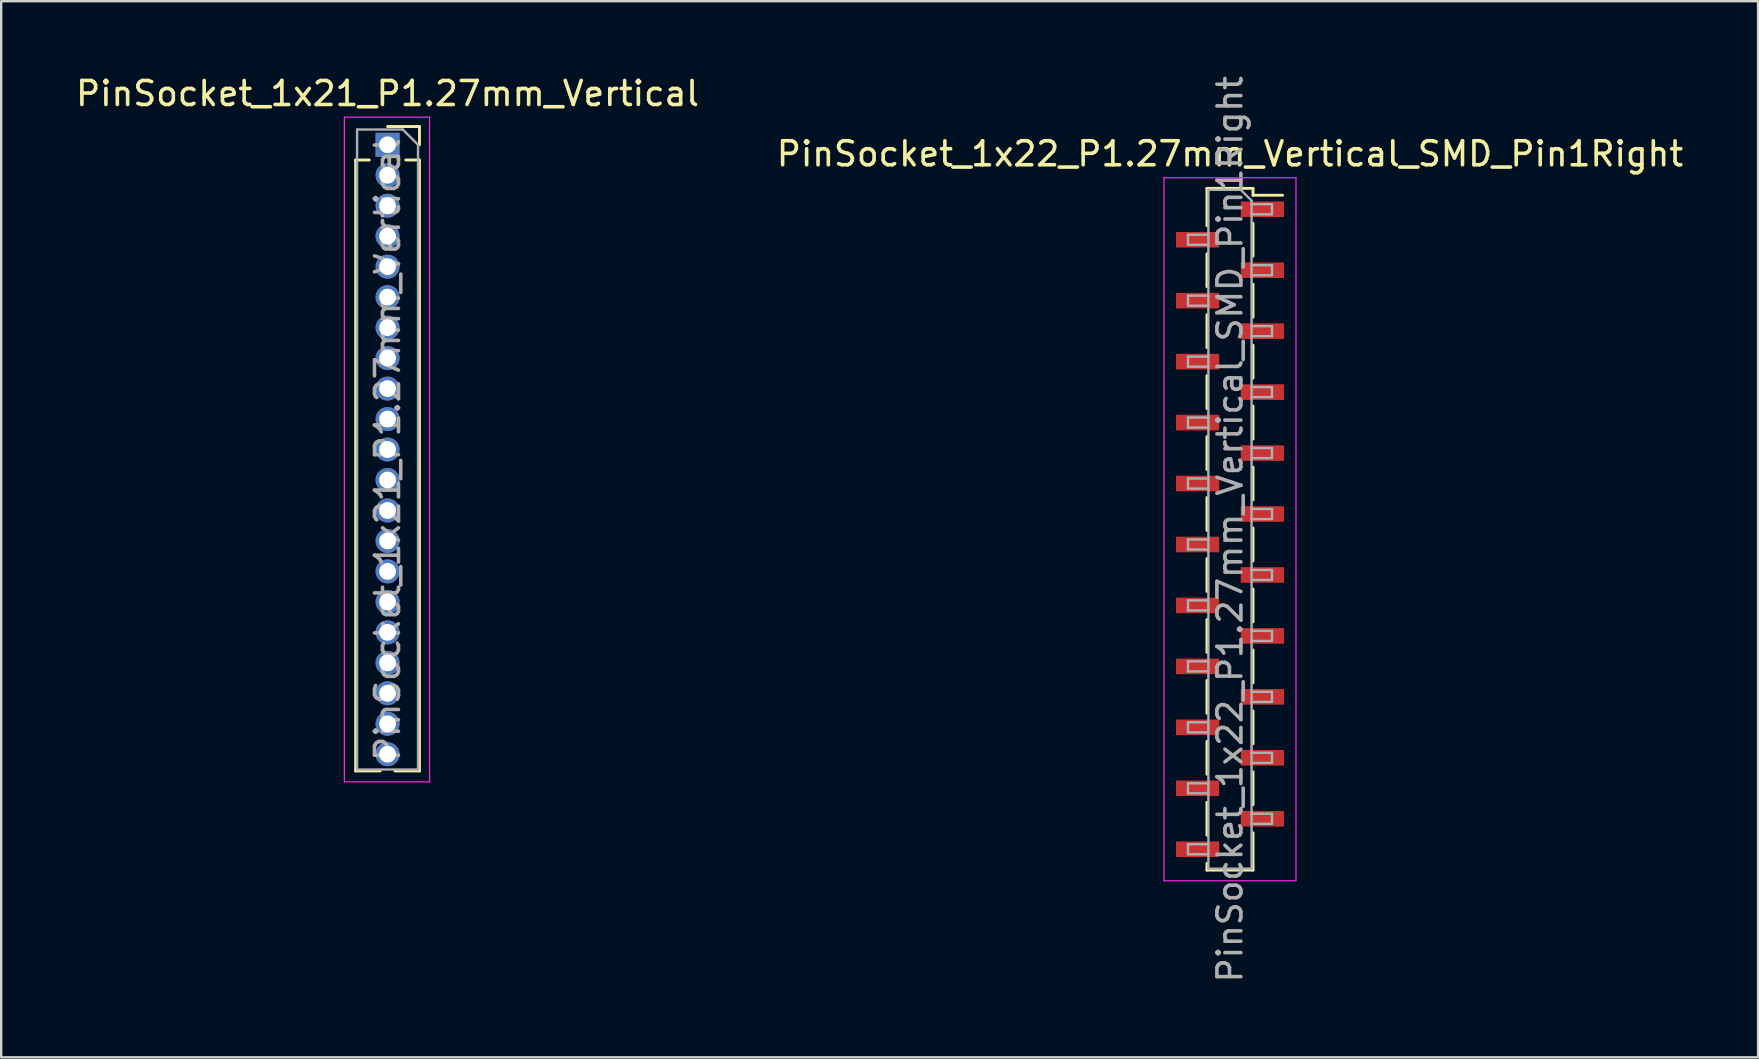
<source format=kicad_pcb>
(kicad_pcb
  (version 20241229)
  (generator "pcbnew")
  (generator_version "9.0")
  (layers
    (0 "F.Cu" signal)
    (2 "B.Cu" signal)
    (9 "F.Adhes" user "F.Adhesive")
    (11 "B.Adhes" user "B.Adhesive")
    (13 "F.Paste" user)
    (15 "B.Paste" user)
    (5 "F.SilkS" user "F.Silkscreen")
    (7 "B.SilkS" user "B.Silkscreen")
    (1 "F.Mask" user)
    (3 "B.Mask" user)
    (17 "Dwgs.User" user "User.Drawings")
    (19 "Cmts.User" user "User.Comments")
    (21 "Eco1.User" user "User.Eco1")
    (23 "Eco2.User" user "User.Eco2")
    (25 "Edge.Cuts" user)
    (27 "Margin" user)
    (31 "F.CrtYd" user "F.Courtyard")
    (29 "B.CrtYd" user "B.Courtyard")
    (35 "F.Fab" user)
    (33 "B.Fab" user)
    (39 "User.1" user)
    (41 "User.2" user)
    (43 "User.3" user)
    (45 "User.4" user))
  (footprint "PinSocket_1x21_P1.27mm_Vertical"
    (layer "F.Cu")
    (at 13.101 2.983)
    (property "Reference" "PinSocket_1x21_P1.27mm_Vertical" (at 0 -2.135 0) (layer "F.SilkS") (effects (font (size 1 1) (thickness 0.15))))
    (attr through_hole)
    (fp_line (start -1.33 0.635) (end -1.33 26.095) (stroke (width 0.12) (type solid)) (layer "F.SilkS"))
    (fp_line (start -1.33 0.635) (end -0.76 0.635) (stroke (width 0.12) (type solid)) (layer "F.SilkS"))
    (fp_line (start -1.33 26.095) (end -0.308 26.095) (stroke (width 0.12) (type solid)) (layer "F.SilkS"))
    (fp_line (start 0 -0.76) (end 1.33 -0.76) (stroke (width 0.12) (type solid)) (layer "F.SilkS"))
    (fp_line (start 0.308 26.095) (end 1.33 26.095) (stroke (width 0.12) (type solid)) (layer "F.SilkS"))
    (fp_line (start 0.76 0.635) (end 1.33 0.635) (stroke (width 0.12) (type solid)) (layer "F.SilkS"))
    (fp_line (start 1.33 -0.76) (end 1.33 0) (stroke (width 0.12) (type solid)) (layer "F.SilkS"))
    (fp_line (start 1.33 0.635) (end 1.33 26.095) (stroke (width 0.12) (type solid)) (layer "F.SilkS"))
    (fp_line (start -1.8 -1.15) (end 1.75 -1.15) (stroke (width 0.05) (type solid)) (layer "F.CrtYd"))
    (fp_line (start -1.8 26.55) (end -1.8 -1.15) (stroke (width 0.05) (type solid)) (layer "F.CrtYd"))
    (fp_line (start 1.75 -1.15) (end 1.75 26.55) (stroke (width 0.05) (type solid)) (layer "F.CrtYd"))
    (fp_line (start 1.75 26.55) (end -1.8 26.55) (stroke (width 0.05) (type solid)) (layer "F.CrtYd"))
    (fp_line (start -1.27 -0.635) (end 0.635 -0.635) (stroke (width 0.1) (type solid)) (layer "F.Fab"))
    (fp_line (start -1.27 26.035) (end -1.27 -0.635) (stroke (width 0.1) (type solid)) (layer "F.Fab"))
    (fp_line (start 0.635 -0.635) (end 1.27 0) (stroke (width 0.1) (type solid)) (layer "F.Fab"))
    (fp_line (start 1.27 0) (end 1.27 26.035) (stroke (width 0.1) (type solid)) (layer "F.Fab"))
    (fp_line (start 1.27 26.035) (end -1.27 26.035) (stroke (width 0.1) (type solid)) (layer "F.Fab"))
    (fp_text user "${REFERENCE}" (at 0 12.7 90) (layer "F.Fab") (effects (font (size 1 1) (thickness 0.15))))
    (pad "1" thru_hole rect (at 0 0) (size 1 1) (drill 0.7) (layers "*.Cu" "*.Mask"))
    (pad "2" thru_hole oval (at 0 1.27) (size 1 1) (drill 0.7) (layers "*.Cu" "*.Mask"))
    (pad "3" thru_hole oval (at 0 2.54) (size 1 1) (drill 0.7) (layers "*.Cu" "*.Mask"))
    (pad "4" thru_hole oval (at 0 3.81) (size 1 1) (drill 0.7) (layers "*.Cu" "*.Mask"))
    (pad "5" thru_hole oval (at 0 5.08) (size 1 1) (drill 0.7) (layers "*.Cu" "*.Mask"))
    (pad "6" thru_hole oval (at 0 6.35) (size 1 1) (drill 0.7) (layers "*.Cu" "*.Mask"))
    (pad "7" thru_hole oval (at 0 7.62) (size 1 1) (drill 0.7) (layers "*.Cu" "*.Mask"))
    (pad "8" thru_hole oval (at 0 8.89) (size 1 1) (drill 0.7) (layers "*.Cu" "*.Mask"))
    (pad "9" thru_hole oval (at 0 10.16) (size 1 1) (drill 0.7) (layers "*.Cu" "*.Mask"))
    (pad "10" thru_hole oval (at 0 11.43) (size 1 1) (drill 0.7) (layers "*.Cu" "*.Mask"))
    (pad "11" thru_hole oval (at 0 12.7) (size 1 1) (drill 0.7) (layers "*.Cu" "*.Mask"))
    (pad "12" thru_hole oval (at 0 13.97) (size 1 1) (drill 0.7) (layers "*.Cu" "*.Mask"))
    (pad "13" thru_hole oval (at 0 15.24) (size 1 1) (drill 0.7) (layers "*.Cu" "*.Mask"))
    (pad "14" thru_hole oval (at 0 16.51) (size 1 1) (drill 0.7) (layers "*.Cu" "*.Mask"))
    (pad "15" thru_hole oval (at 0 17.78) (size 1 1) (drill 0.7) (layers "*.Cu" "*.Mask"))
    (pad "16" thru_hole oval (at 0 19.05) (size 1 1) (drill 0.7) (layers "*.Cu" "*.Mask"))
    (pad "17" thru_hole oval (at 0 20.32) (size 1 1) (drill 0.7) (layers "*.Cu" "*.Mask"))
    (pad "18" thru_hole oval (at 0 21.59) (size 1 1) (drill 0.7) (layers "*.Cu" "*.Mask"))
    (pad "19" thru_hole oval (at 0 22.86) (size 1 1) (drill 0.7) (layers "*.Cu" "*.Mask"))
    (pad "20" thru_hole oval (at 0 24.13) (size 1 1) (drill 0.7) (layers "*.Cu" "*.Mask"))
    (pad "21" thru_hole oval (at 0 25.4) (size 1 1) (drill 0.7) (layers "*.Cu" "*.Mask")))
  (footprint "PinSocket_1x22_P1.27mm_Vertical_SMD_Pin1Right"
    (layer "F.Cu")
    (at 48.208 19.006)
    (property "Reference" "PinSocket_1x22_P1.27mm_Vertical_SMD_Pin1Right" (at 0 -15.645 0) (layer "F.SilkS") (effects (font (size 1 1) (thickness 0.15))))
    (attr smd)
    (fp_line (start -0.96 -14.205) (end -0.96 -12.65) (stroke (width 0.12) (type solid)) (layer "F.SilkS"))
    (fp_line (start -0.96 -14.205) (end 0.96 -14.205) (stroke (width 0.12) (type solid)) (layer "F.SilkS"))
    (fp_line (start -0.96 -11.48) (end -0.96 -10.11) (stroke (width 0.12) (type solid)) (layer "F.SilkS"))
    (fp_line (start -0.96 -8.94) (end -0.96 -7.57) (stroke (width 0.12) (type solid)) (layer "F.SilkS"))
    (fp_line (start -0.96 -6.4) (end -0.96 -5.03) (stroke (width 0.12) (type solid)) (layer "F.SilkS"))
    (fp_line (start -0.96 -3.86) (end -0.96 -2.49) (stroke (width 0.12) (type solid)) (layer "F.SilkS"))
    (fp_line (start -0.96 -1.32) (end -0.96 0.05) (stroke (width 0.12) (type solid)) (layer "F.SilkS"))
    (fp_line (start -0.96 1.22) (end -0.96 2.59) (stroke (width 0.12) (type solid)) (layer "F.SilkS"))
    (fp_line (start -0.96 3.76) (end -0.96 5.13) (stroke (width 0.12) (type solid)) (layer "F.SilkS"))
    (fp_line (start -0.96 6.3) (end -0.96 7.67) (stroke (width 0.12) (type solid)) (layer "F.SilkS"))
    (fp_line (start -0.96 8.84) (end -0.96 10.21) (stroke (width 0.12) (type solid)) (layer "F.SilkS"))
    (fp_line (start -0.96 11.38) (end -0.96 12.75) (stroke (width 0.12) (type solid)) (layer "F.SilkS"))
    (fp_line (start -0.96 13.92) (end -0.96 14.205) (stroke (width 0.12) (type solid)) (layer "F.SilkS"))
    (fp_line (start -0.96 14.205) (end 0.96 14.205) (stroke (width 0.12) (type solid)) (layer "F.SilkS"))
    (fp_line (start 0.96 -14.205) (end 0.96 -13.92) (stroke (width 0.12) (type solid)) (layer "F.SilkS"))
    (fp_line (start 0.96 -13.92) (end 2.19 -13.92) (stroke (width 0.12) (type solid)) (layer "F.SilkS"))
    (fp_line (start 0.96 -12.75) (end 0.96 -11.38) (stroke (width 0.12) (type solid)) (layer "F.SilkS"))
    (fp_line (start 0.96 -10.21) (end 0.96 -8.84) (stroke (width 0.12) (type solid)) (layer "F.SilkS"))
    (fp_line (start 0.96 -7.67) (end 0.96 -6.3) (stroke (width 0.12) (type solid)) (layer "F.SilkS"))
    (fp_line (start 0.96 -5.13) (end 0.96 -3.76) (stroke (width 0.12) (type solid)) (layer "F.SilkS"))
    (fp_line (start 0.96 -2.59) (end 0.96 -1.22) (stroke (width 0.12) (type solid)) (layer "F.SilkS"))
    (fp_line (start 0.96 -0.05) (end 0.96 1.32) (stroke (width 0.12) (type solid)) (layer "F.SilkS"))
    (fp_line (start 0.96 2.49) (end 0.96 3.86) (stroke (width 0.12) (type solid)) (layer "F.SilkS"))
    (fp_line (start 0.96 5.03) (end 0.96 6.4) (stroke (width 0.12) (type solid)) (layer "F.SilkS"))
    (fp_line (start 0.96 7.57) (end 0.96 8.94) (stroke (width 0.12) (type solid)) (layer "F.SilkS"))
    (fp_line (start 0.96 10.11) (end 0.96 11.48) (stroke (width 0.12) (type solid)) (layer "F.SilkS"))
    (fp_line (start 0.96 12.65) (end 0.96 14.205) (stroke (width 0.12) (type solid)) (layer "F.SilkS"))
    (fp_line (start -2.75 -14.65) (end 2.75 -14.65) (stroke (width 0.05) (type solid)) (layer "F.CrtYd"))
    (fp_line (start -2.75 14.65) (end -2.75 -14.65) (stroke (width 0.05) (type solid)) (layer "F.CrtYd"))
    (fp_line (start 2.75 -14.65) (end 2.75 14.65) (stroke (width 0.05) (type solid)) (layer "F.CrtYd"))
    (fp_line (start 2.75 14.65) (end -2.75 14.65) (stroke (width 0.05) (type solid)) (layer "F.CrtYd"))
    (fp_line (start -1.75 -12.275) (end -0.9 -12.275) (stroke (width 0.1) (type solid)) (layer "F.Fab"))
    (fp_line (start -1.75 -11.855) (end -1.75 -12.275) (stroke (width 0.1) (type solid)) (layer "F.Fab"))
    (fp_line (start -1.75 -9.735) (end -0.9 -9.735) (stroke (width 0.1) (type solid)) (layer "F.Fab"))
    (fp_line (start -1.75 -9.315) (end -1.75 -9.735) (stroke (width 0.1) (type solid)) (layer "F.Fab"))
    (fp_line (start -1.75 -7.195) (end -0.9 -7.195) (stroke (width 0.1) (type solid)) (layer "F.Fab"))
    (fp_line (start -1.75 -6.775) (end -1.75 -7.195) (stroke (width 0.1) (type solid)) (layer "F.Fab"))
    (fp_line (start -1.75 -4.655) (end -0.9 -4.655) (stroke (width 0.1) (type solid)) (layer "F.Fab"))
    (fp_line (start -1.75 -4.235) (end -1.75 -4.655) (stroke (width 0.1) (type solid)) (layer "F.Fab"))
    (fp_line (start -1.75 -2.115) (end -0.9 -2.115) (stroke (width 0.1) (type solid)) (layer "F.Fab"))
    (fp_line (start -1.75 -1.695) (end -1.75 -2.115) (stroke (width 0.1) (type solid)) (layer "F.Fab"))
    (fp_line (start -1.75 0.425) (end -0.9 0.425) (stroke (width 0.1) (type solid)) (layer "F.Fab"))
    (fp_line (start -1.75 0.845) (end -1.75 0.425) (stroke (width 0.1) (type solid)) (layer "F.Fab"))
    (fp_line (start -1.75 2.965) (end -0.9 2.965) (stroke (width 0.1) (type solid)) (layer "F.Fab"))
    (fp_line (start -1.75 3.385) (end -1.75 2.965) (stroke (width 0.1) (type solid)) (layer "F.Fab"))
    (fp_line (start -1.75 5.505) (end -0.9 5.505) (stroke (width 0.1) (type solid)) (layer "F.Fab"))
    (fp_line (start -1.75 5.925) (end -1.75 5.505) (stroke (width 0.1) (type solid)) (layer "F.Fab"))
    (fp_line (start -1.75 8.045) (end -0.9 8.045) (stroke (width 0.1) (type solid)) (layer "F.Fab"))
    (fp_line (start -1.75 8.465) (end -1.75 8.045) (stroke (width 0.1) (type solid)) (layer "F.Fab"))
    (fp_line (start -1.75 10.585) (end -0.9 10.585) (stroke (width 0.1) (type solid)) (layer "F.Fab"))
    (fp_line (start -1.75 11.005) (end -1.75 10.585) (stroke (width 0.1) (type solid)) (layer "F.Fab"))
    (fp_line (start -1.75 13.125) (end -0.9 13.125) (stroke (width 0.1) (type solid)) (layer "F.Fab"))
    (fp_line (start -1.75 13.545) (end -1.75 13.125) (stroke (width 0.1) (type solid)) (layer "F.Fab"))
    (fp_line (start -0.9 -14.145) (end 0.45 -14.145) (stroke (width 0.1) (type solid)) (layer "F.Fab"))
    (fp_line (start -0.9 -11.855) (end -1.75 -11.855) (stroke (width 0.1) (type solid)) (layer "F.Fab"))
    (fp_line (start -0.9 -9.315) (end -1.75 -9.315) (stroke (width 0.1) (type solid)) (layer "F.Fab"))
    (fp_line (start -0.9 -6.775) (end -1.75 -6.775) (stroke (width 0.1) (type solid)) (layer "F.Fab"))
    (fp_line (start -0.9 -4.235) (end -1.75 -4.235) (stroke (width 0.1) (type solid)) (layer "F.Fab"))
    (fp_line (start -0.9 -1.695) (end -1.75 -1.695) (stroke (width 0.1) (type solid)) (layer "F.Fab"))
    (fp_line (start -0.9 0.845) (end -1.75 0.845) (stroke (width 0.1) (type solid)) (layer "F.Fab"))
    (fp_line (start -0.9 3.385) (end -1.75 3.385) (stroke (width 0.1) (type solid)) (layer "F.Fab"))
    (fp_line (start -0.9 5.925) (end -1.75 5.925) (stroke (width 0.1) (type solid)) (layer "F.Fab"))
    (fp_line (start -0.9 8.465) (end -1.75 8.465) (stroke (width 0.1) (type solid)) (layer "F.Fab"))
    (fp_line (start -0.9 11.005) (end -1.75 11.005) (stroke (width 0.1) (type solid)) (layer "F.Fab"))
    (fp_line (start -0.9 13.545) (end -1.75 13.545) (stroke (width 0.1) (type solid)) (layer "F.Fab"))
    (fp_line (start -0.9 14.145) (end -0.9 -14.145) (stroke (width 0.1) (type solid)) (layer "F.Fab"))
    (fp_line (start 0.45 -14.145) (end 0.9 -13.695) (stroke (width 0.1) (type solid)) (layer "F.Fab"))
    (fp_line (start 0.9 -13.695) (end 0.9 14.145) (stroke (width 0.1) (type solid)) (layer "F.Fab"))
    (fp_line (start 0.9 -13.545) (end 1.75 -13.545) (stroke (width 0.1) (type solid)) (layer "F.Fab"))
    (fp_line (start 0.9 -11.005) (end 1.75 -11.005) (stroke (width 0.1) (type solid)) (layer "F.Fab"))
    (fp_line (start 0.9 -8.465) (end 1.75 -8.465) (stroke (width 0.1) (type solid)) (layer "F.Fab"))
    (fp_line (start 0.9 -5.925) (end 1.75 -5.925) (stroke (width 0.1) (type solid)) (layer "F.Fab"))
    (fp_line (start 0.9 -3.385) (end 1.75 -3.385) (stroke (width 0.1) (type solid)) (layer "F.Fab"))
    (fp_line (start 0.9 -0.845) (end 1.75 -0.845) (stroke (width 0.1) (type solid)) (layer "F.Fab"))
    (fp_line (start 0.9 1.695) (end 1.75 1.695) (stroke (width 0.1) (type solid)) (layer "F.Fab"))
    (fp_line (start 0.9 4.235) (end 1.75 4.235) (stroke (width 0.1) (type solid)) (layer "F.Fab"))
    (fp_line (start 0.9 6.775) (end 1.75 6.775) (stroke (width 0.1) (type solid)) (layer "F.Fab"))
    (fp_line (start 0.9 9.315) (end 1.75 9.315) (stroke (width 0.1) (type solid)) (layer "F.Fab"))
    (fp_line (start 0.9 11.855) (end 1.75 11.855) (stroke (width 0.1) (type solid)) (layer "F.Fab"))
    (fp_line (start 0.9 14.145) (end -0.9 14.145) (stroke (width 0.1) (type solid)) (layer "F.Fab"))
    (fp_line (start 1.75 -13.545) (end 1.75 -13.125) (stroke (width 0.1) (type solid)) (layer "F.Fab"))
    (fp_line (start 1.75 -13.125) (end 0.9 -13.125) (stroke (width 0.1) (type solid)) (layer "F.Fab"))
    (fp_line (start 1.75 -11.005) (end 1.75 -10.585) (stroke (width 0.1) (type solid)) (layer "F.Fab"))
    (fp_line (start 1.75 -10.585) (end 0.9 -10.585) (stroke (width 0.1) (type solid)) (layer "F.Fab"))
    (fp_line (start 1.75 -8.465) (end 1.75 -8.045) (stroke (width 0.1) (type solid)) (layer "F.Fab"))
    (fp_line (start 1.75 -8.045) (end 0.9 -8.045) (stroke (width 0.1) (type solid)) (layer "F.Fab"))
    (fp_line (start 1.75 -5.925) (end 1.75 -5.505) (stroke (width 0.1) (type solid)) (layer "F.Fab"))
    (fp_line (start 1.75 -5.505) (end 0.9 -5.505) (stroke (width 0.1) (type solid)) (layer "F.Fab"))
    (fp_line (start 1.75 -3.385) (end 1.75 -2.965) (stroke (width 0.1) (type solid)) (layer "F.Fab"))
    (fp_line (start 1.75 -2.965) (end 0.9 -2.965) (stroke (width 0.1) (type solid)) (layer "F.Fab"))
    (fp_line (start 1.75 -0.845) (end 1.75 -0.425) (stroke (width 0.1) (type solid)) (layer "F.Fab"))
    (fp_line (start 1.75 -0.425) (end 0.9 -0.425) (stroke (width 0.1) (type solid)) (layer "F.Fab"))
    (fp_line (start 1.75 1.695) (end 1.75 2.115) (stroke (width 0.1) (type solid)) (layer "F.Fab"))
    (fp_line (start 1.75 2.115) (end 0.9 2.115) (stroke (width 0.1) (type solid)) (layer "F.Fab"))
    (fp_line (start 1.75 4.235) (end 1.75 4.655) (stroke (width 0.1) (type solid)) (layer "F.Fab"))
    (fp_line (start 1.75 4.655) (end 0.9 4.655) (stroke (width 0.1) (type solid)) (layer "F.Fab"))
    (fp_line (start 1.75 6.775) (end 1.75 7.195) (stroke (width 0.1) (type solid)) (layer "F.Fab"))
    (fp_line (start 1.75 7.195) (end 0.9 7.195) (stroke (width 0.1) (type solid)) (layer "F.Fab"))
    (fp_line (start 1.75 9.315) (end 1.75 9.735) (stroke (width 0.1) (type solid)) (layer "F.Fab"))
    (fp_line (start 1.75 9.735) (end 0.9 9.735) (stroke (width 0.1) (type solid)) (layer "F.Fab"))
    (fp_line (start 1.75 11.855) (end 1.75 12.275) (stroke (width 0.1) (type solid)) (layer "F.Fab"))
    (fp_line (start 1.75 12.275) (end 0.9 12.275) (stroke (width 0.1) (type solid)) (layer "F.Fab"))
    (fp_text user "${REFERENCE}" (at 0 0 90) (layer "F.Fab") (effects (font (size 1 1) (thickness 0.15))))
    (pad "1" smd rect (at 1.35 -13.335) (size 1.8 0.65) (layers "F.Cu" "F.Mask" "F.Paste"))
    (pad "2" smd rect (at -1.35 -12.065) (size 1.8 0.65) (layers "F.Cu" "F.Mask" "F.Paste"))
    (pad "3" smd rect (at 1.35 -10.795) (size 1.8 0.65) (layers "F.Cu" "F.Mask" "F.Paste"))
    (pad "4" smd rect (at -1.35 -9.525) (size 1.8 0.65) (layers "F.Cu" "F.Mask" "F.Paste"))
    (pad "5" smd rect (at 1.35 -8.255) (size 1.8 0.65) (layers "F.Cu" "F.Mask" "F.Paste"))
    (pad "6" smd rect (at -1.35 -6.985) (size 1.8 0.65) (layers "F.Cu" "F.Mask" "F.Paste"))
    (pad "7" smd rect (at 1.35 -5.715) (size 1.8 0.65) (layers "F.Cu" "F.Mask" "F.Paste"))
    (pad "8" smd rect (at -1.35 -4.445) (size 1.8 0.65) (layers "F.Cu" "F.Mask" "F.Paste"))
    (pad "9" smd rect (at 1.35 -3.175) (size 1.8 0.65) (layers "F.Cu" "F.Mask" "F.Paste"))
    (pad "10" smd rect (at -1.35 -1.905) (size 1.8 0.65) (layers "F.Cu" "F.Mask" "F.Paste"))
    (pad "11" smd rect (at 1.35 -0.635) (size 1.8 0.65) (layers "F.Cu" "F.Mask" "F.Paste"))
    (pad "12" smd rect (at -1.35 0.635) (size 1.8 0.65) (layers "F.Cu" "F.Mask" "F.Paste"))
    (pad "13" smd rect (at 1.35 1.905) (size 1.8 0.65) (layers "F.Cu" "F.Mask" "F.Paste"))
    (pad "14" smd rect (at -1.35 3.175) (size 1.8 0.65) (layers "F.Cu" "F.Mask" "F.Paste"))
    (pad "15" smd rect (at 1.35 4.445) (size 1.8 0.65) (layers "F.Cu" "F.Mask" "F.Paste"))
    (pad "16" smd rect (at -1.35 5.715) (size 1.8 0.65) (layers "F.Cu" "F.Mask" "F.Paste"))
    (pad "17" smd rect (at 1.35 6.985) (size 1.8 0.65) (layers "F.Cu" "F.Mask" "F.Paste"))
    (pad "18" smd rect (at -1.35 8.255) (size 1.8 0.65) (layers "F.Cu" "F.Mask" "F.Paste"))
    (pad "19" smd rect (at 1.35 9.525) (size 1.8 0.65) (layers "F.Cu" "F.Mask" "F.Paste"))
    (pad "20" smd rect (at -1.35 10.795) (size 1.8 0.65) (layers "F.Cu" "F.Mask" "F.Paste"))
    (pad "21" smd rect (at 1.35 12.065) (size 1.8 0.65) (layers "F.Cu" "F.Mask" "F.Paste"))
    (pad "22" smd rect (at -1.35 13.335) (size 1.8 0.65) (layers "F.Cu" "F.Mask" "F.Paste")))
  (gr_rect
    (start -3 -3)
    (end 70.214 41.012)
    (stroke (width 0.1) (type default))
    (fill no)
    (layer "Edge.Cuts")))
</source>
